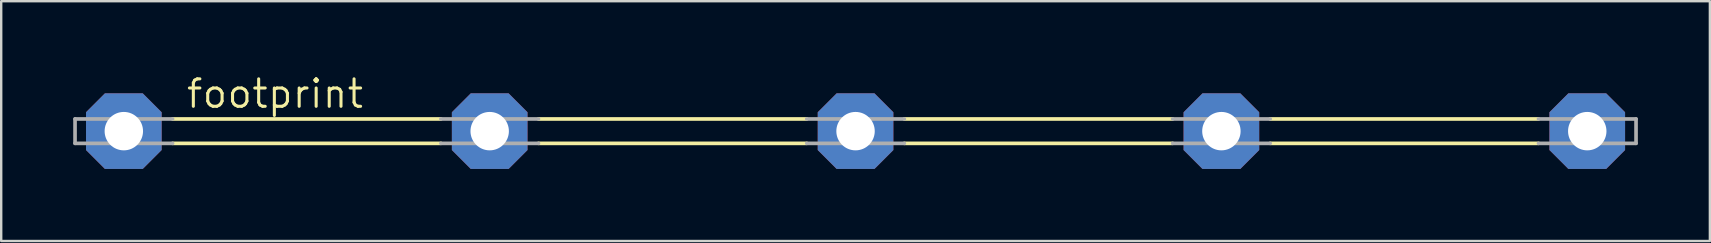
<source format=kicad_pcb>
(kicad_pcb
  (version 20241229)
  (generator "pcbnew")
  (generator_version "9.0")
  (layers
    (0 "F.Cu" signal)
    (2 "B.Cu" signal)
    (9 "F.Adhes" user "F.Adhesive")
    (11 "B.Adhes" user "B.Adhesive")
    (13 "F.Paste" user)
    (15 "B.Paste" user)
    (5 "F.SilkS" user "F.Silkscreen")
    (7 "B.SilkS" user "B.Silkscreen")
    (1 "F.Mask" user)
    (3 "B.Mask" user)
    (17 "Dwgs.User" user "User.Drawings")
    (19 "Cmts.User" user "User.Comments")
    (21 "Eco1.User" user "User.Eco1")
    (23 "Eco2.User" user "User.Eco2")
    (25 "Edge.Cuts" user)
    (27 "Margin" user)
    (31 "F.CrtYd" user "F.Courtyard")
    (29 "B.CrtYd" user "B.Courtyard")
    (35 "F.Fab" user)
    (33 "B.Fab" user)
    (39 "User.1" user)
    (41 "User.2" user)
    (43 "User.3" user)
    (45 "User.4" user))
  (footprint "footprint"
    (layer "F.Cu")
    (at 32.588 2.413)
    (property "Reference" "footprint" (at -27.94 -0.889 0) (layer "F.SilkS") (effects (font (size 1.143 1.143) (thickness 0.127)) (justify left bottom)))
    (fp_line (start -28.448 -0.508) (end -17.272 -0.508) (stroke (width 0.152) (type solid)) (layer "F.SilkS"))
    (fp_line (start -28.448 0.508) (end -17.272 0.508) (stroke (width 0.152) (type solid)) (layer "F.SilkS"))
    (fp_line (start -13.208 -0.508) (end -2.032 -0.508) (stroke (width 0.152) (type solid)) (layer "F.SilkS"))
    (fp_line (start -13.208 0.508) (end -2.032 0.508) (stroke (width 0.152) (type solid)) (layer "F.SilkS"))
    (fp_line (start 2.032 -0.508) (end 13.208 -0.508) (stroke (width 0.152) (type solid)) (layer "F.SilkS"))
    (fp_line (start 2.032 0.508) (end 13.208 0.508) (stroke (width 0.152) (type solid)) (layer "F.SilkS"))
    (fp_line (start 17.272 -0.508) (end 28.448 -0.508) (stroke (width 0.152) (type solid)) (layer "F.SilkS"))
    (fp_line (start 17.272 0.508) (end 28.448 0.508) (stroke (width 0.152) (type solid)) (layer "F.SilkS"))
    (fp_line (start -32.512 -0.508) (end -32.512 0.508) (stroke (width 0.152) (type solid)) (layer "F.Fab"))
    (fp_line (start -32.512 0.508) (end -28.448 0.508) (stroke (width 0.152) (type solid)) (layer "F.Fab"))
    (fp_line (start -28.448 -0.508) (end -32.512 -0.508) (stroke (width 0.152) (type solid)) (layer "F.Fab"))
    (fp_line (start -17.272 0.508) (end -13.208 0.508) (stroke (width 0.152) (type solid)) (layer "F.Fab"))
    (fp_line (start -13.208 -0.508) (end -17.272 -0.508) (stroke (width 0.152) (type solid)) (layer "F.Fab"))
    (fp_line (start -2.032 0.508) (end 2.032 0.508) (stroke (width 0.152) (type solid)) (layer "F.Fab"))
    (fp_line (start 2.032 -0.508) (end -2.032 -0.508) (stroke (width 0.152) (type solid)) (layer "F.Fab"))
    (fp_line (start 13.208 0.508) (end 17.272 0.508) (stroke (width 0.152) (type solid)) (layer "F.Fab"))
    (fp_line (start 17.272 -0.508) (end 13.208 -0.508) (stroke (width 0.152) (type solid)) (layer "F.Fab"))
    (fp_line (start 28.448 0.508) (end 32.512 0.508) (stroke (width 0.152) (type solid)) (layer "F.Fab"))
    (fp_line (start 32.512 -0.508) (end 28.448 -0.508) (stroke (width 0.152) (type solid)) (layer "F.Fab"))
    (fp_line (start 32.512 0.508) (end 32.512 -0.508) (stroke (width 0.152) (type solid)) (layer "F.Fab"))
    (pad "1" thru_hole roundrect (at -30.48 0) (size 3.15 3.15) (drill 1.6) (layers "*.Cu" "*.Mask") (roundrect_rratio 0.25) (chamfer_ratio 0.25) (chamfer top_left top_right bottom_left bottom_right))
    (pad "2" thru_hole roundrect (at -15.24 0) (size 3.15 3.15) (drill 1.6) (layers "*.Cu" "*.Mask") (roundrect_rratio 0.25) (chamfer_ratio 0.25) (chamfer top_left top_right bottom_left bottom_right))
    (pad "3" thru_hole roundrect (at 0 0) (size 3.15 3.15) (drill 1.6) (layers "*.Cu" "*.Mask") (roundrect_rratio 0.25) (chamfer_ratio 0.25) (chamfer top_left top_right bottom_left bottom_right))
    (pad "4" thru_hole roundrect (at 15.24 0) (size 3.15 3.15) (drill 1.6) (layers "*.Cu" "*.Mask") (roundrect_rratio 0.25) (chamfer_ratio 0.25) (chamfer top_left top_right bottom_left bottom_right))
    (pad "5" thru_hole roundrect (at 30.48 0) (size 3.15 3.15) (drill 1.6) (layers "*.Cu" "*.Mask") (roundrect_rratio 0.25) (chamfer_ratio 0.25) (chamfer top_left top_right bottom_left bottom_right)))
  (gr_rect
    (start -3 -3)
    (end 68.176 6.988)
    (stroke (width 0.1) (type default))
    (fill no)
    (layer "Edge.Cuts")))
</source>
